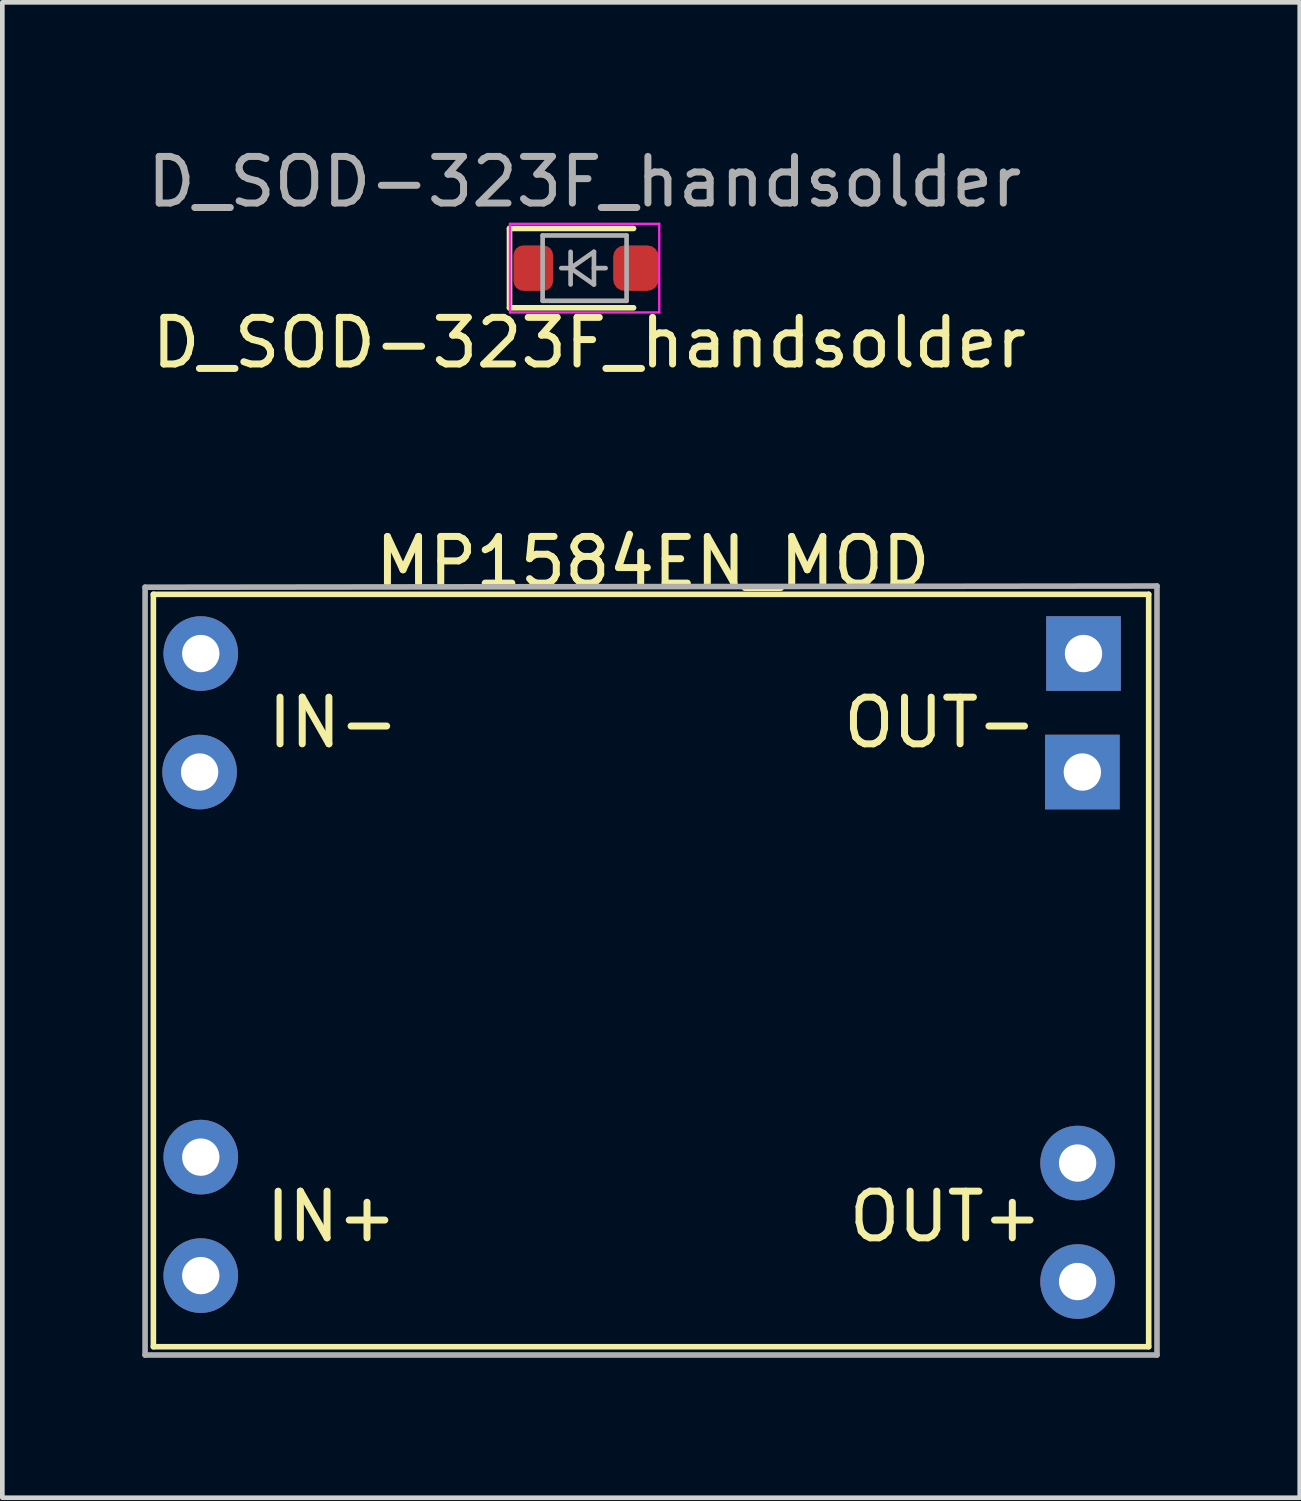
<source format=kicad_pcb>
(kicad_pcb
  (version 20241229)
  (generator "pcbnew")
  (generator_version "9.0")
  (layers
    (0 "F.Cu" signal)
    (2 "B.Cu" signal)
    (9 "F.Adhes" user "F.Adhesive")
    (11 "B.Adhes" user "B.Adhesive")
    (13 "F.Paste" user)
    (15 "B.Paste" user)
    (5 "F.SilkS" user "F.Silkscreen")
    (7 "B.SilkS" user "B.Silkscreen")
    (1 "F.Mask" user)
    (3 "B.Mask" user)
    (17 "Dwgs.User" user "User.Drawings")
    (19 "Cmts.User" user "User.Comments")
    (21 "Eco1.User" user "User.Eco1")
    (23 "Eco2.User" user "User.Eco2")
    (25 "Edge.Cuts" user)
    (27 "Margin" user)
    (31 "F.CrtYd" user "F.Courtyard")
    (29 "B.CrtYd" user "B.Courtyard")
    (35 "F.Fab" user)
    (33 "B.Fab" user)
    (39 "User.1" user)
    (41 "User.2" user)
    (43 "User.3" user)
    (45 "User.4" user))
  (footprint "MP1584EN_MOD"
    (layer "F.Cu")
    (at 10.946 9.495)
    (property "Reference" "MP1584EN_MOD" (at 0 -0.5 0) (unlocked yes) (layer "F.SilkS") (effects (font (size 1 1) (thickness 0.15))))
    (attr through_hole)
    (fp_line (start -10.708 0.195) (end -10.708 16.324) (stroke (width 0.12) (type solid)) (layer "F.SilkS"))
    (fp_line (start -10.708 16.324) (end 10.628 16.324) (stroke (width 0.12) (type solid)) (layer "F.SilkS"))
    (fp_line (start 10.628 0.195) (end -10.708 0.195) (stroke (width 0.12) (type solid)) (layer "F.SilkS"))
    (fp_line (start 10.628 16.324) (end 10.628 0.195) (stroke (width 0.12) (type solid)) (layer "F.SilkS"))
    (fp_line (start -10.886 0.043) (end -10.886 16.502) (stroke (width 0.12) (type solid)) (layer "F.Fab"))
    (fp_line (start -10.886 0.043) (end 10.806 0.017) (stroke (width 0.12) (type solid)) (layer "F.Fab"))
    (fp_line (start -10.886 16.502) (end 10.806 16.502) (stroke (width 0.12) (type solid)) (layer "F.Fab"))
    (fp_line (start 10.806 0.017) (end 10.806 16.502) (stroke (width 0.12) (type solid)) (layer "F.Fab"))
    (fp_text user "IN-" (at -8.33 3.53 0) (unlocked yes) (layer "F.SilkS") (effects (font (size 1 1) (thickness 0.15)) (justify left bottom)))
    (fp_text user "OUT+" (at 4.13 14.12 0) (unlocked yes) (layer "F.SilkS") (effects (font (size 1 1) (thickness 0.15)) (justify left bottom)))
    (fp_text user "IN+" (at -8.37 14.12 0) (unlocked yes) (layer "F.SilkS") (effects (font (size 1 1) (thickness 0.15)) (justify left bottom)))
    (fp_text user "OUT-" (at 4.01 3.53 0) (unlocked yes) (layer "F.SilkS") (effects (font (size 1 1) (thickness 0.15)) (justify left bottom)))
    (pad "1" thru_hole rect (at 9.206 4.005 90) (size 1.6 1.6) (drill 0.8) (layers "*.Cu" "B.Mask"))
    (pad "1" thru_hole rect (at 9.231 1.465 90) (size 1.6 1.6) (drill 0.8) (layers "*.Cu" "B.Mask"))
    (pad "2" thru_hole oval (at -9.717 4.005 90) (size 1.6 1.6) (drill 0.8) (layers "*.Cu" "B.Mask"))
    (pad "2" thru_hole oval (at -9.692 1.465 90) (size 1.6 1.6) (drill 0.8) (layers "*.Cu" "B.Mask"))
    (pad "3" thru_hole oval (at -9.692 12.26 90) (size 1.6 1.6) (drill 0.8) (layers "*.Cu" "B.Mask"))
    (pad "3" thru_hole oval (at -9.692 14.8 90) (size 1.6 1.6) (drill 0.8) (layers "*.Cu" "B.Mask"))
    (pad "4" thru_hole oval (at 9.104 12.387 90) (size 1.6 1.6) (drill 0.8) (layers "*.Cu" "B.Mask"))
    (pad "4" thru_hole oval (at 9.104 14.927 90) (size 1.6 1.6) (drill 0.8) (layers "*.Cu" "B.Mask")))
  (footprint "D_SOD-323F_handsolder"
    (layer "F.Cu")
    (at 9.482 2.698)
    (property "Reference" "D_SOD-323F_handsolder" (at 0.1 1.6 0) (layer "F.SilkS") (effects (font (size 1 1) (thickness 0.15))))
    (attr smd)
    (fp_line (start -1.61 -0.85) (end -1.61 0.85) (stroke (width 0.12) (type solid)) (layer "F.SilkS"))
    (fp_line (start -1.61 -0.85) (end 1.05 -0.85) (stroke (width 0.12) (type solid)) (layer "F.SilkS"))
    (fp_line (start -1.61 0.85) (end 1.05 0.85) (stroke (width 0.12) (type solid)) (layer "F.SilkS"))
    (fp_line (start -1.6 -0.95) (end -1.6 0.95) (stroke (width 0.05) (type solid)) (layer "F.CrtYd"))
    (fp_line (start -1.6 -0.95) (end 1.6 -0.95) (stroke (width 0.05) (type solid)) (layer "F.CrtYd"))
    (fp_line (start -1.6 0.95) (end 1.6 0.95) (stroke (width 0.05) (type solid)) (layer "F.CrtYd"))
    (fp_line (start 1.6 -0.95) (end 1.6 0.95) (stroke (width 0.05) (type solid)) (layer "F.CrtYd"))
    (fp_line (start -0.9 -0.7) (end 0.9 -0.7) (stroke (width 0.1) (type solid)) (layer "F.Fab"))
    (fp_line (start -0.9 0.7) (end -0.9 -0.7) (stroke (width 0.1) (type solid)) (layer "F.Fab"))
    (fp_line (start -0.3 -0.35) (end -0.3 0.35) (stroke (width 0.1) (type solid)) (layer "F.Fab"))
    (fp_line (start -0.3 0) (end -0.5 0) (stroke (width 0.1) (type solid)) (layer "F.Fab"))
    (fp_line (start -0.3 0) (end 0.2 -0.35) (stroke (width 0.1) (type solid)) (layer "F.Fab"))
    (fp_line (start 0.2 -0.35) (end 0.2 0.35) (stroke (width 0.1) (type solid)) (layer "F.Fab"))
    (fp_line (start 0.2 0) (end 0.45 0) (stroke (width 0.1) (type solid)) (layer "F.Fab"))
    (fp_line (start 0.2 0.35) (end -0.3 0) (stroke (width 0.1) (type solid)) (layer "F.Fab"))
    (fp_line (start 0.9 -0.7) (end 0.9 0.7) (stroke (width 0.1) (type solid)) (layer "F.Fab"))
    (fp_line (start 0.9 0.7) (end -0.9 0.7) (stroke (width 0.1) (type solid)) (layer "F.Fab"))
    (fp_text user "${REFERENCE}" (at 0 -1.85 0) (layer "F.Fab") (effects (font (size 1 1) (thickness 0.15))))
    (pad "1" smd roundrect (at -1.1 0) (size 0.85 0.975) (layers "F.Cu" "F.Mask" "F.Paste") (roundrect_rratio 0.25))
    (pad "2" smd roundrect (at 1.1 0) (size 0.975 0.975) (layers "F.Cu" "F.Mask" "F.Paste") (roundrect_rratio 0.25)))
  (gr_rect
    (start -3 -3)
    (end 24.812 29.057)
    (stroke (width 0.1) (type default))
    (fill no)
    (layer "Edge.Cuts")))
</source>
